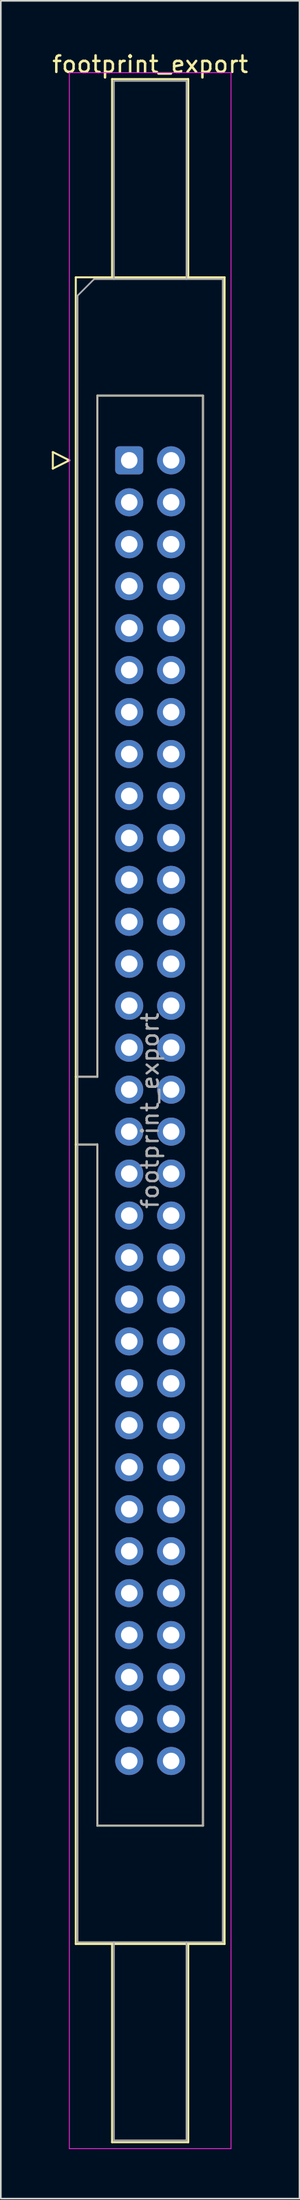
<source format=kicad_pcb>
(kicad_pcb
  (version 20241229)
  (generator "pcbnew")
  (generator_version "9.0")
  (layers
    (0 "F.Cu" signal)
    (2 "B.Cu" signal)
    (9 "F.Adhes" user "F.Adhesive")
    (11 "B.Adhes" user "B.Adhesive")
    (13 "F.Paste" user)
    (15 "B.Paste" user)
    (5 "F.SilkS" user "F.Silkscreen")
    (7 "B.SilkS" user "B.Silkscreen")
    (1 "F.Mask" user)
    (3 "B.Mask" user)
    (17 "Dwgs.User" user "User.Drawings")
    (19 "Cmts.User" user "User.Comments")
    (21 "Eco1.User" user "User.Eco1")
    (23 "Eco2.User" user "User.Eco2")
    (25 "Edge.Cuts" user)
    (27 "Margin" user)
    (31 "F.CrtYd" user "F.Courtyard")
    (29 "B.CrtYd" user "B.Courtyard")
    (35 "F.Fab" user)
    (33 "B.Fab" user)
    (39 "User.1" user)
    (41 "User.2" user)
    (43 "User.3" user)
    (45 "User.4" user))
  (footprint "footprint_export"
    (layer "F.Cu")
    (at 4.784 24.818)
    (property "Reference" "footprint_export" (at 1.27 -23.97 0) (layer "F.SilkS") (effects (font (size 1 1) (thickness 0.15))))
    (attr through_hole)
    (fp_line (start -4.63 -0.5) (end -4.63 0.5) (stroke (width 0.12) (type solid)) (layer "F.SilkS"))
    (fp_line (start -4.63 0.5) (end -3.63 0) (stroke (width 0.12) (type solid)) (layer "F.SilkS"))
    (fp_line (start -3.63 0) (end -4.63 -0.5) (stroke (width 0.12) (type solid)) (layer "F.SilkS"))
    (fp_line (start -3.24 -11.08) (end 5.78 -11.08) (stroke (width 0.12) (type solid)) (layer "F.SilkS"))
    (fp_line (start -3.24 37.32) (end -1.93 37.32) (stroke (width 0.12) (type solid)) (layer "F.SilkS"))
    (fp_line (start -3.24 89.82) (end -3.24 -11.08) (stroke (width 0.12) (type solid)) (layer "F.SilkS"))
    (fp_line (start -1.93 -3.92) (end 4.47 -3.92) (stroke (width 0.12) (type solid)) (layer "F.SilkS"))
    (fp_line (start -1.93 37.32) (end -1.93 -3.92) (stroke (width 0.12) (type solid)) (layer "F.SilkS"))
    (fp_line (start -1.93 41.42) (end -3.24 41.42) (stroke (width 0.12) (type solid)) (layer "F.SilkS"))
    (fp_line (start -1.93 41.42) (end -1.93 41.42) (stroke (width 0.12) (type solid)) (layer "F.SilkS"))
    (fp_line (start -1.93 82.66) (end -1.93 41.42) (stroke (width 0.12) (type solid)) (layer "F.SilkS"))
    (fp_line (start -1.04 -23.08) (end 3.58 -23.08) (stroke (width 0.12) (type solid)) (layer "F.SilkS"))
    (fp_line (start -1.04 -11.08) (end -1.04 -23.08) (stroke (width 0.12) (type solid)) (layer "F.SilkS"))
    (fp_line (start -1.04 89.82) (end -1.04 101.82) (stroke (width 0.12) (type solid)) (layer "F.SilkS"))
    (fp_line (start -1.04 101.82) (end 3.58 101.82) (stroke (width 0.12) (type solid)) (layer "F.SilkS"))
    (fp_line (start 3.58 -23.08) (end 3.58 -11.08) (stroke (width 0.12) (type solid)) (layer "F.SilkS"))
    (fp_line (start 3.58 101.82) (end 3.58 89.82) (stroke (width 0.12) (type solid)) (layer "F.SilkS"))
    (fp_line (start 4.47 -3.92) (end 4.47 82.66) (stroke (width 0.12) (type solid)) (layer "F.SilkS"))
    (fp_line (start 4.47 82.66) (end -1.93 82.66) (stroke (width 0.12) (type solid)) (layer "F.SilkS"))
    (fp_line (start 5.78 -11.08) (end 5.78 89.82) (stroke (width 0.12) (type solid)) (layer "F.SilkS"))
    (fp_line (start 5.78 89.82) (end -3.24 89.82) (stroke (width 0.12) (type solid)) (layer "F.SilkS"))
    (fp_line (start -3.63 -23.47) (end -3.63 102.21) (stroke (width 0.05) (type solid)) (layer "F.CrtYd"))
    (fp_line (start -3.63 102.21) (end 6.17 102.21) (stroke (width 0.05) (type solid)) (layer "F.CrtYd"))
    (fp_line (start 6.17 -23.47) (end -3.63 -23.47) (stroke (width 0.05) (type solid)) (layer "F.CrtYd"))
    (fp_line (start 6.17 102.21) (end 6.17 -23.47) (stroke (width 0.05) (type solid)) (layer "F.CrtYd"))
    (fp_line (start -3.13 -9.97) (end -2.13 -10.97) (stroke (width 0.1) (type solid)) (layer "F.Fab"))
    (fp_line (start -3.13 37.32) (end -1.93 37.32) (stroke (width 0.1) (type solid)) (layer "F.Fab"))
    (fp_line (start -3.13 89.71) (end -3.13 -9.97) (stroke (width 0.1) (type solid)) (layer "F.Fab"))
    (fp_line (start -2.13 -10.97) (end 5.67 -10.97) (stroke (width 0.1) (type solid)) (layer "F.Fab"))
    (fp_line (start -1.93 -3.92) (end 4.47 -3.92) (stroke (width 0.1) (type solid)) (layer "F.Fab"))
    (fp_line (start -1.93 37.32) (end -1.93 -3.92) (stroke (width 0.1) (type solid)) (layer "F.Fab"))
    (fp_line (start -1.93 41.42) (end -3.13 41.42) (stroke (width 0.1) (type solid)) (layer "F.Fab"))
    (fp_line (start -1.93 41.42) (end -1.93 41.42) (stroke (width 0.1) (type solid)) (layer "F.Fab"))
    (fp_line (start -1.93 82.66) (end -1.93 41.42) (stroke (width 0.1) (type solid)) (layer "F.Fab"))
    (fp_line (start -0.93 -22.97) (end 3.47 -22.97) (stroke (width 0.1) (type solid)) (layer "F.Fab"))
    (fp_line (start -0.93 -10.97) (end -0.93 -22.97) (stroke (width 0.1) (type solid)) (layer "F.Fab"))
    (fp_line (start -0.93 89.71) (end -0.93 101.71) (stroke (width 0.1) (type solid)) (layer "F.Fab"))
    (fp_line (start -0.93 101.71) (end 3.47 101.71) (stroke (width 0.1) (type solid)) (layer "F.Fab"))
    (fp_line (start 3.47 -22.97) (end 3.47 -10.97) (stroke (width 0.1) (type solid)) (layer "F.Fab"))
    (fp_line (start 3.47 101.71) (end 3.47 89.71) (stroke (width 0.1) (type solid)) (layer "F.Fab"))
    (fp_line (start 4.47 -3.92) (end 4.47 82.66) (stroke (width 0.1) (type solid)) (layer "F.Fab"))
    (fp_line (start 4.47 82.66) (end -1.93 82.66) (stroke (width 0.1) (type solid)) (layer "F.Fab"))
    (fp_line (start 5.67 -10.97) (end 5.67 89.71) (stroke (width 0.1) (type solid)) (layer "F.Fab"))
    (fp_line (start 5.67 89.71) (end -3.13 89.71) (stroke (width 0.1) (type solid)) (layer "F.Fab"))
    (fp_text user "${REFERENCE}" (at 1.27 39.37 90) (layer "F.Fab") (effects (font (size 1 1) (thickness 0.15))))
    (pad "1" thru_hole roundrect (at 0 0) (size 1.7 1.7) (drill 1) (layers "*.Cu" "*.Mask") (roundrect_rratio 0.147))
    (pad "2" thru_hole circle (at 2.54 0) (size 1.7 1.7) (drill 1) (layers "*.Cu" "*.Mask"))
    (pad "3" thru_hole circle (at 0 2.54) (size 1.7 1.7) (drill 1) (layers "*.Cu" "*.Mask"))
    (pad "4" thru_hole circle (at 2.54 2.54) (size 1.7 1.7) (drill 1) (layers "*.Cu" "*.Mask"))
    (pad "5" thru_hole circle (at 0 5.08) (size 1.7 1.7) (drill 1) (layers "*.Cu" "*.Mask"))
    (pad "6" thru_hole circle (at 2.54 5.08) (size 1.7 1.7) (drill 1) (layers "*.Cu" "*.Mask"))
    (pad "7" thru_hole circle (at 0 7.62) (size 1.7 1.7) (drill 1) (layers "*.Cu" "*.Mask"))
    (pad "8" thru_hole circle (at 2.54 7.62) (size 1.7 1.7) (drill 1) (layers "*.Cu" "*.Mask"))
    (pad "9" thru_hole circle (at 0 10.16) (size 1.7 1.7) (drill 1) (layers "*.Cu" "*.Mask"))
    (pad "10" thru_hole circle (at 2.54 10.16) (size 1.7 1.7) (drill 1) (layers "*.Cu" "*.Mask"))
    (pad "11" thru_hole circle (at 0 12.7) (size 1.7 1.7) (drill 1) (layers "*.Cu" "*.Mask"))
    (pad "12" thru_hole circle (at 2.54 12.7) (size 1.7 1.7) (drill 1) (layers "*.Cu" "*.Mask"))
    (pad "13" thru_hole circle (at 0 15.24) (size 1.7 1.7) (drill 1) (layers "*.Cu" "*.Mask"))
    (pad "14" thru_hole circle (at 2.54 15.24) (size 1.7 1.7) (drill 1) (layers "*.Cu" "*.Mask"))
    (pad "15" thru_hole circle (at 0 17.78) (size 1.7 1.7) (drill 1) (layers "*.Cu" "*.Mask"))
    (pad "16" thru_hole circle (at 2.54 17.78) (size 1.7 1.7) (drill 1) (layers "*.Cu" "*.Mask"))
    (pad "17" thru_hole circle (at 0 20.32) (size 1.7 1.7) (drill 1) (layers "*.Cu" "*.Mask"))
    (pad "18" thru_hole circle (at 2.54 20.32) (size 1.7 1.7) (drill 1) (layers "*.Cu" "*.Mask"))
    (pad "19" thru_hole circle (at 0 22.86) (size 1.7 1.7) (drill 1) (layers "*.Cu" "*.Mask"))
    (pad "20" thru_hole circle (at 2.54 22.86) (size 1.7 1.7) (drill 1) (layers "*.Cu" "*.Mask"))
    (pad "21" thru_hole circle (at 0 25.4) (size 1.7 1.7) (drill 1) (layers "*.Cu" "*.Mask"))
    (pad "22" thru_hole circle (at 2.54 25.4) (size 1.7 1.7) (drill 1) (layers "*.Cu" "*.Mask"))
    (pad "23" thru_hole circle (at 0 27.94) (size 1.7 1.7) (drill 1) (layers "*.Cu" "*.Mask"))
    (pad "24" thru_hole circle (at 2.54 27.94) (size 1.7 1.7) (drill 1) (layers "*.Cu" "*.Mask"))
    (pad "25" thru_hole circle (at 0 30.48) (size 1.7 1.7) (drill 1) (layers "*.Cu" "*.Mask"))
    (pad "26" thru_hole circle (at 2.54 30.48) (size 1.7 1.7) (drill 1) (layers "*.Cu" "*.Mask"))
    (pad "27" thru_hole circle (at 0 33.02) (size 1.7 1.7) (drill 1) (layers "*.Cu" "*.Mask"))
    (pad "28" thru_hole circle (at 2.54 33.02) (size 1.7 1.7) (drill 1) (layers "*.Cu" "*.Mask"))
    (pad "29" thru_hole circle (at 0 35.56) (size 1.7 1.7) (drill 1) (layers "*.Cu" "*.Mask"))
    (pad "30" thru_hole circle (at 2.54 35.56) (size 1.7 1.7) (drill 1) (layers "*.Cu" "*.Mask"))
    (pad "31" thru_hole circle (at 0 38.1) (size 1.7 1.7) (drill 1) (layers "*.Cu" "*.Mask"))
    (pad "32" thru_hole circle (at 2.54 38.1) (size 1.7 1.7) (drill 1) (layers "*.Cu" "*.Mask"))
    (pad "33" thru_hole circle (at 0 40.64) (size 1.7 1.7) (drill 1) (layers "*.Cu" "*.Mask"))
    (pad "34" thru_hole circle (at 2.54 40.64) (size 1.7 1.7) (drill 1) (layers "*.Cu" "*.Mask"))
    (pad "35" thru_hole circle (at 0 43.18) (size 1.7 1.7) (drill 1) (layers "*.Cu" "*.Mask"))
    (pad "36" thru_hole circle (at 2.54 43.18) (size 1.7 1.7) (drill 1) (layers "*.Cu" "*.Mask"))
    (pad "37" thru_hole circle (at 0 45.72) (size 1.7 1.7) (drill 1) (layers "*.Cu" "*.Mask"))
    (pad "38" thru_hole circle (at 2.54 45.72) (size 1.7 1.7) (drill 1) (layers "*.Cu" "*.Mask"))
    (pad "39" thru_hole circle (at 0 48.26) (size 1.7 1.7) (drill 1) (layers "*.Cu" "*.Mask"))
    (pad "40" thru_hole circle (at 2.54 48.26) (size 1.7 1.7) (drill 1) (layers "*.Cu" "*.Mask"))
    (pad "41" thru_hole circle (at 0 50.8) (size 1.7 1.7) (drill 1) (layers "*.Cu" "*.Mask"))
    (pad "42" thru_hole circle (at 2.54 50.8) (size 1.7 1.7) (drill 1) (layers "*.Cu" "*.Mask"))
    (pad "43" thru_hole circle (at 0 53.34) (size 1.7 1.7) (drill 1) (layers "*.Cu" "*.Mask"))
    (pad "44" thru_hole circle (at 2.54 53.34) (size 1.7 1.7) (drill 1) (layers "*.Cu" "*.Mask"))
    (pad "45" thru_hole circle (at 0 55.88) (size 1.7 1.7) (drill 1) (layers "*.Cu" "*.Mask"))
    (pad "46" thru_hole circle (at 2.54 55.88) (size 1.7 1.7) (drill 1) (layers "*.Cu" "*.Mask"))
    (pad "47" thru_hole circle (at 0 58.42) (size 1.7 1.7) (drill 1) (layers "*.Cu" "*.Mask"))
    (pad "48" thru_hole circle (at 2.54 58.42) (size 1.7 1.7) (drill 1) (layers "*.Cu" "*.Mask"))
    (pad "49" thru_hole circle (at 0 60.96) (size 1.7 1.7) (drill 1) (layers "*.Cu" "*.Mask"))
    (pad "50" thru_hole circle (at 2.54 60.96) (size 1.7 1.7) (drill 1) (layers "*.Cu" "*.Mask"))
    (pad "51" thru_hole circle (at 0 63.5) (size 1.7 1.7) (drill 1) (layers "*.Cu" "*.Mask"))
    (pad "52" thru_hole circle (at 2.54 63.5) (size 1.7 1.7) (drill 1) (layers "*.Cu" "*.Mask"))
    (pad "53" thru_hole circle (at 0 66.04) (size 1.7 1.7) (drill 1) (layers "*.Cu" "*.Mask"))
    (pad "54" thru_hole circle (at 2.54 66.04) (size 1.7 1.7) (drill 1) (layers "*.Cu" "*.Mask"))
    (pad "55" thru_hole circle (at 0 68.58) (size 1.7 1.7) (drill 1) (layers "*.Cu" "*.Mask"))
    (pad "56" thru_hole circle (at 2.54 68.58) (size 1.7 1.7) (drill 1) (layers "*.Cu" "*.Mask"))
    (pad "57" thru_hole circle (at 0 71.12) (size 1.7 1.7) (drill 1) (layers "*.Cu" "*.Mask"))
    (pad "58" thru_hole circle (at 2.54 71.12) (size 1.7 1.7) (drill 1) (layers "*.Cu" "*.Mask"))
    (pad "59" thru_hole circle (at 0 73.66) (size 1.7 1.7) (drill 1) (layers "*.Cu" "*.Mask"))
    (pad "60" thru_hole circle (at 2.54 73.66) (size 1.7 1.7) (drill 1) (layers "*.Cu" "*.Mask"))
    (pad "61" thru_hole circle (at 0 76.2) (size 1.7 1.7) (drill 1) (layers "*.Cu" "*.Mask"))
    (pad "62" thru_hole circle (at 2.54 76.2) (size 1.7 1.7) (drill 1) (layers "*.Cu" "*.Mask"))
    (pad "63" thru_hole circle (at 0 78.74) (size 1.7 1.7) (drill 1) (layers "*.Cu" "*.Mask"))
    (pad "64" thru_hole circle (at 2.54 78.74) (size 1.7 1.7) (drill 1) (layers "*.Cu" "*.Mask")))
  (gr_rect
    (start -3 -3)
    (end 15.107 130.053)
    (stroke (width 0.1) (type default))
    (fill no)
    (layer "Edge.Cuts")))
</source>
